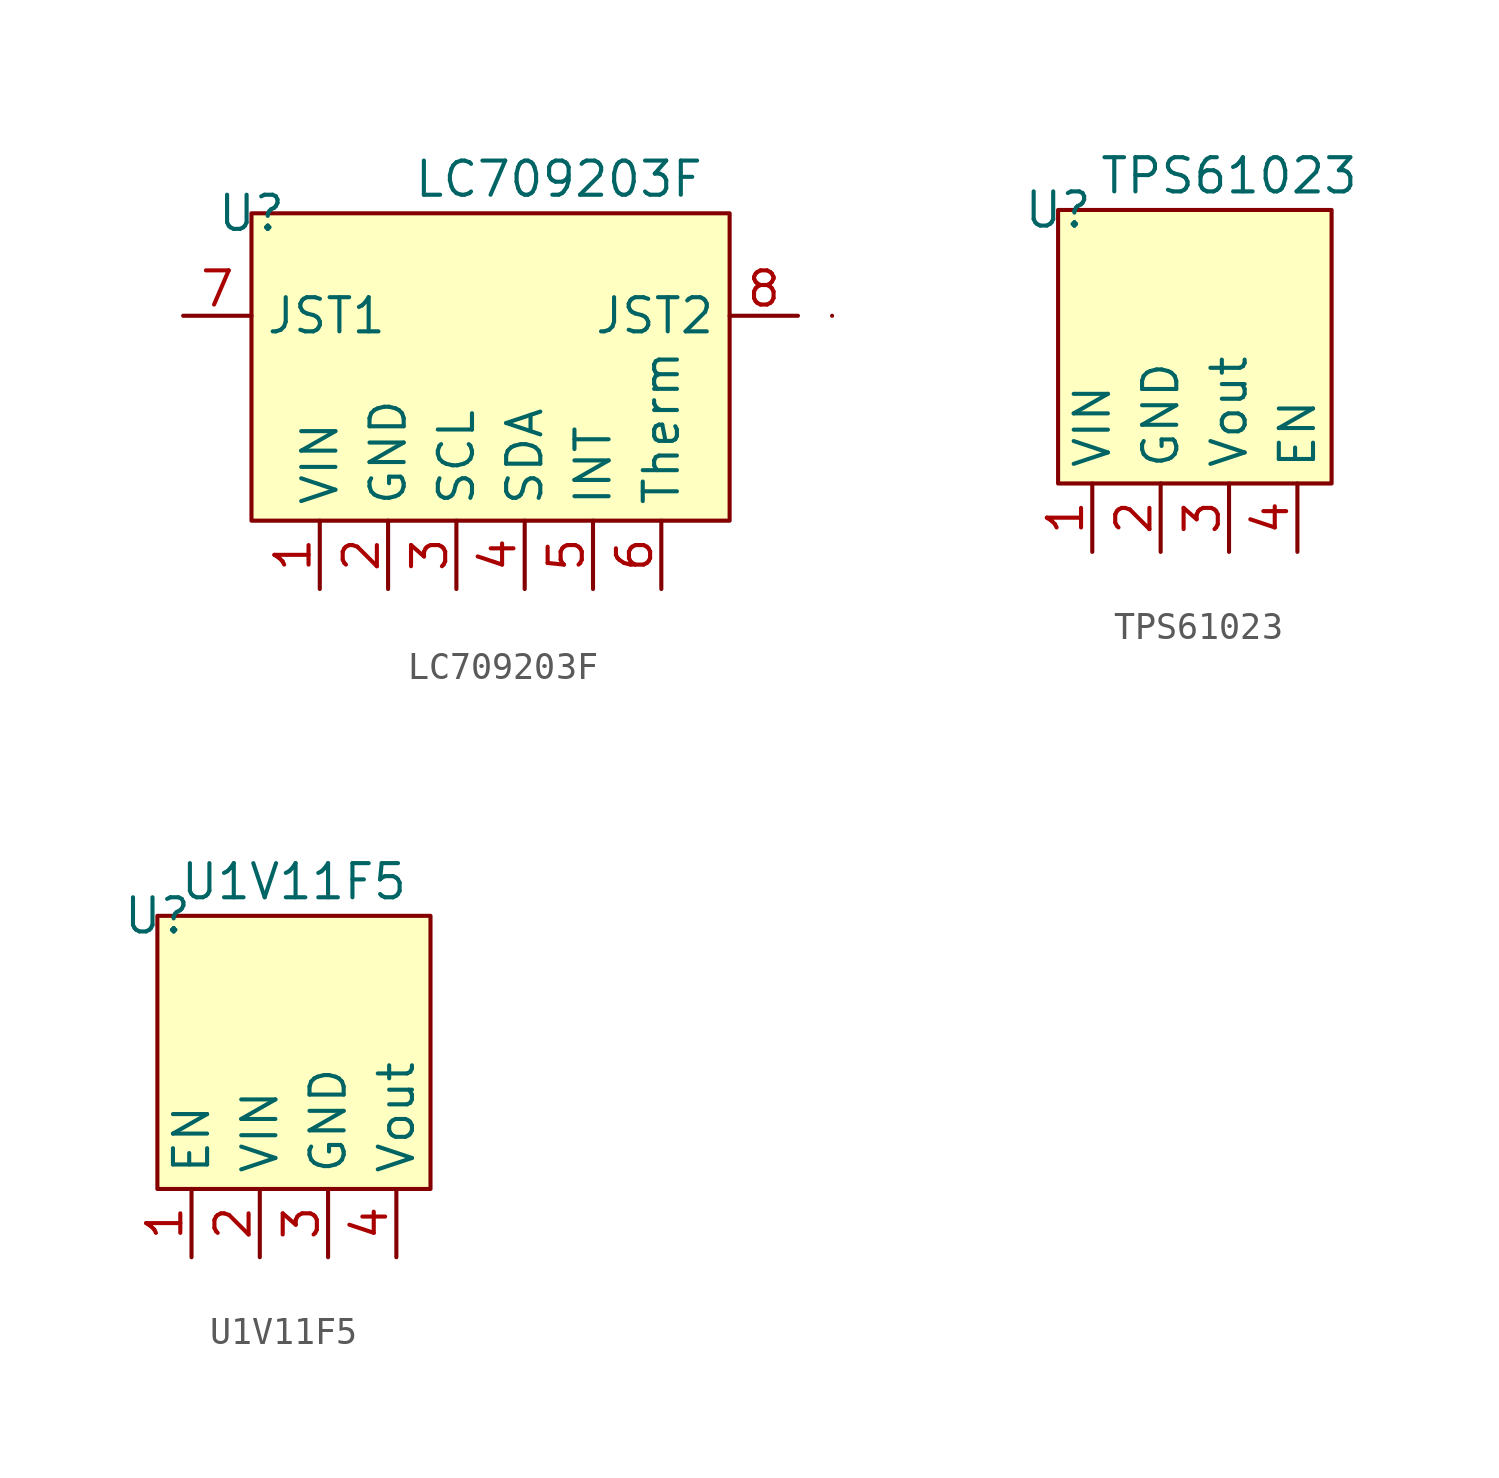
<source format=kicad_sym>
(kicad_symbol_lib
  (version 20211014)
  (generator kicad_symbol_editor)
  (symbol "LC709203F"
    (property "Reference" "U"
      (at 0 0 0)
      (effects (font (size 1.27 1.27))))
    (property "Value" "LC709203F"
      (at 11.43 1.27 0)
      (effects (font (size 1.27 1.27))))
    (symbol "LC709203F_0_1"
      (rectangle (start 0 0) (end 17.78 -11.43) (stroke (width 0) (type default) (color 0 0 0 0)) (fill (type background)))
      (rectangle (start 21.59 -3.81) (end 21.59 -3.81) (stroke (width 0) (type default) (color 0 0 0 0)) (fill (type none))))
    (symbol "LC709203F_1_1"
      (pin input line (at 2.54 -13.97 90) (length 2.54) (name "VIN" (effects (font (size 1.27 1.27)))) (number "1" (effects (font (size 1.27 1.27)))))
      (pin input line (at 5.08 -13.97 90) (length 2.54) (name "GND" (effects (font (size 1.27 1.27)))) (number "2" (effects (font (size 1.27 1.27)))))
      (pin output line (at 7.62 -13.97 90) (length 2.54) (name "SCL" (effects (font (size 1.27 1.27)))) (number "3" (effects (font (size 1.27 1.27)))))
      (pin output line (at 10.16 -13.97 90) (length 2.54) (name "SDA" (effects (font (size 1.27 1.27)))) (number "4" (effects (font (size 1.27 1.27)))))
      (pin input line (at 12.7 -13.97 90) (length 2.54) (name "INT" (effects (font (size 1.27 1.27)))) (number "5" (effects (font (size 1.27 1.27)))))
      (pin input line (at 15.24 -13.97 90) (length 2.54) (name "Therm" (effects (font (size 1.27 1.27)))) (number "6" (effects (font (size 1.27 1.27)))))
      (pin input line (at -2.54 -3.81 0) (length 2.54) (name "JST1" (effects (font (size 1.27 1.27)))) (number "7" (effects (font (size 1.27 1.27)))))
      (pin input line (at 20.32 -3.81 180) (length 2.54) (name "JST2" (effects (font (size 1.27 1.27)))) (number "8" (effects (font (size 1.27 1.27)))))))
  (symbol "TPS61023"
    (property "Reference" "U"
      (at 0 0 0)
      (effects (font (size 1.27 1.27))))
    (property "Value" "TPS61023"
      (at 6.35 1.27 0)
      (effects (font (size 1.27 1.27))))
    (symbol "TPS61023_0_1"
      (rectangle (start 0 0) (end 10.16 -10.16) (stroke (width 0) (type default) (color 0 0 0 0)) (fill (type background))))
    (symbol "TPS61023_1_1"
      (pin input line (at 1.27 -12.7 90) (length 2.54) (name "VIN" (effects (font (size 1.27 1.27)))) (number "1" (effects (font (size 1.27 1.27)))))
      (pin passive line (at 3.81 -12.7 90) (length 2.54) (name "GND" (effects (font (size 1.27 1.27)))) (number "2" (effects (font (size 1.27 1.27)))))
      (pin output line (at 6.35 -12.7 90) (length 2.54) (name "Vout" (effects (font (size 1.27 1.27)))) (number "3" (effects (font (size 1.27 1.27)))))
      (pin input line (at 8.89 -12.7 90) (length 2.54) (name "EN" (effects (font (size 1.27 1.27)))) (number "4" (effects (font (size 1.27 1.27)))))))
  (symbol "U1V11F5"
    (property "Reference" "U"
      (at 0 0 0)
      (effects (font (size 1.27 1.27))))
    (property "Value" "U1V11F5"
      (at 5.08 1.27 0)
      (effects (font (size 1.27 1.27))))
    (symbol "U1V11F5_0_1"
      (rectangle (start 0 0) (end 10.16 -10.16) (stroke (width 0) (type default) (color 0 0 0 0)) (fill (type background))))
    (symbol "U1V11F5_1_1"
      (pin input line (at 1.27 -12.7 90) (length 2.54) (name "EN" (effects (font (size 1.27 1.27)))) (number "1" (effects (font (size 1.27 1.27)))))
      (pin input line (at 3.81 -12.7 90) (length 2.54) (name "VIN" (effects (font (size 1.27 1.27)))) (number "2" (effects (font (size 1.27 1.27)))))
      (pin passive line (at 6.35 -12.7 90) (length 2.54) (name "GND" (effects (font (size 1.27 1.27)))) (number "3" (effects (font (size 1.27 1.27)))))
      (pin output line (at 8.89 -12.7 90) (length 2.54) (name "Vout" (effects (font (size 1.27 1.27)))) (number "4" (effects (font (size 1.27 1.27))))))))
</source>
